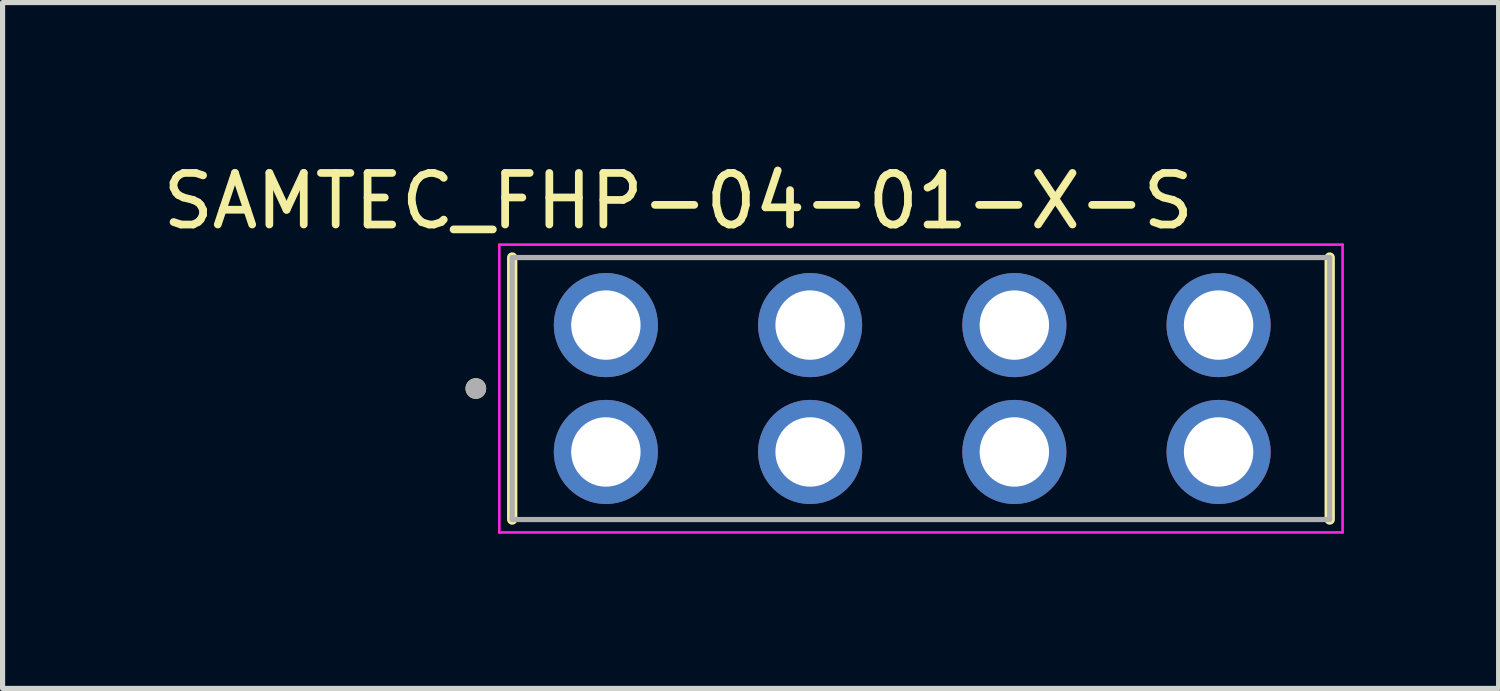
<source format=kicad_pcb>
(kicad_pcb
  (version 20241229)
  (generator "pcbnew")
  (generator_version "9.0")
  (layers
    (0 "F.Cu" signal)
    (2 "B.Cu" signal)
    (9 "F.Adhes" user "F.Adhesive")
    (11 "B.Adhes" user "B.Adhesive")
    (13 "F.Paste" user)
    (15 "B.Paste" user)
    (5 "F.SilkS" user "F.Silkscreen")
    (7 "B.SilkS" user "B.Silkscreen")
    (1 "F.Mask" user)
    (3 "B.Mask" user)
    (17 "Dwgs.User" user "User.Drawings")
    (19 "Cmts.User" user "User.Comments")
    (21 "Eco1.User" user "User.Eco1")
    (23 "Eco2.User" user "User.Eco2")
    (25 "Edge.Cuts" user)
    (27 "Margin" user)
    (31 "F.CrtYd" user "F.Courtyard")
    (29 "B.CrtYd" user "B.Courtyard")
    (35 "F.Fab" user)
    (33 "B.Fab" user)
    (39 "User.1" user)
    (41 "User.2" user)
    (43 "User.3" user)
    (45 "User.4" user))
  (footprint "SAMTEC_FHP-04-01-X-S"
    (layer "F.Cu")
    (at 14.806 4.483)
    (property "Reference" "SAMTEC_FHP-04-01-X-S" (at -4.705 -3.635 0) (layer "F.SilkS") (effects (font (size 1 1) (thickness 0.15))))
    (attr through_hole)
    (fp_line (start -7.925 -2.54) (end -7.925 2.54) (stroke (width 0.2) (type solid)) (layer "F.SilkS"))
    (fp_line (start 7.925 -2.54) (end 7.925 2.54) (stroke (width 0.2) (type solid)) (layer "F.SilkS"))
    (fp_circle (center -8.63 0) (end -8.53 0) (stroke (width 0.2) (type solid)) (fill no) (layer "F.SilkS"))
    (fp_line (start -8.175 -2.79) (end 8.175 -2.79) (stroke (width 0.05) (type solid)) (layer "F.CrtYd"))
    (fp_line (start -8.175 2.79) (end -8.175 -2.79) (stroke (width 0.05) (type solid)) (layer "F.CrtYd"))
    (fp_line (start 8.175 -2.79) (end 8.175 2.79) (stroke (width 0.05) (type solid)) (layer "F.CrtYd"))
    (fp_line (start 8.175 2.79) (end -8.175 2.79) (stroke (width 0.05) (type solid)) (layer "F.CrtYd"))
    (fp_line (start -7.925 -2.54) (end 7.925 -2.54) (stroke (width 0.1) (type solid)) (layer "F.Fab"))
    (fp_line (start -7.925 2.54) (end -7.925 -2.54) (stroke (width 0.1) (type solid)) (layer "F.Fab"))
    (fp_line (start 7.925 -2.54) (end 7.925 2.54) (stroke (width 0.1) (type solid)) (layer "F.Fab"))
    (fp_line (start 7.925 2.54) (end -7.925 2.54) (stroke (width 0.1) (type solid)) (layer "F.Fab"))
    (fp_circle (center -8.63 0) (end -8.53 0) (stroke (width 0.2) (type solid)) (fill no) (layer "F.Fab"))
    (pad "01_1" thru_hole circle (at -6.109 1.23) (size 2.019 2.019) (drill 1.346) (layers "*.Cu" "*.Mask"))
    (pad "01_2" thru_hole circle (at -6.109 -1.23) (size 2.019 2.019) (drill 1.346) (layers "*.Cu" "*.Mask"))
    (pad "02_1" thru_hole circle (at -2.149 1.23) (size 2.019 2.019) (drill 1.346) (layers "*.Cu" "*.Mask"))
    (pad "02_2" thru_hole circle (at -2.149 -1.23) (size 2.019 2.019) (drill 1.346) (layers "*.Cu" "*.Mask"))
    (pad "03_1" thru_hole circle (at 1.811 1.23) (size 2.019 2.019) (drill 1.346) (layers "*.Cu" "*.Mask"))
    (pad "03_2" thru_hole circle (at 1.811 -1.23) (size 2.019 2.019) (drill 1.346) (layers "*.Cu" "*.Mask"))
    (pad "04_1" thru_hole circle (at 5.771 1.23) (size 2.019 2.019) (drill 1.346) (layers "*.Cu" "*.Mask"))
    (pad "04_2" thru_hole circle (at 5.771 -1.23) (size 2.019 2.019) (drill 1.346) (layers "*.Cu" "*.Mask")))
  (gr_rect
    (start -3 -3)
    (end 26.006 10.298)
    (stroke (width 0.1) (type default))
    (fill no)
    (layer "Edge.Cuts")))
</source>
